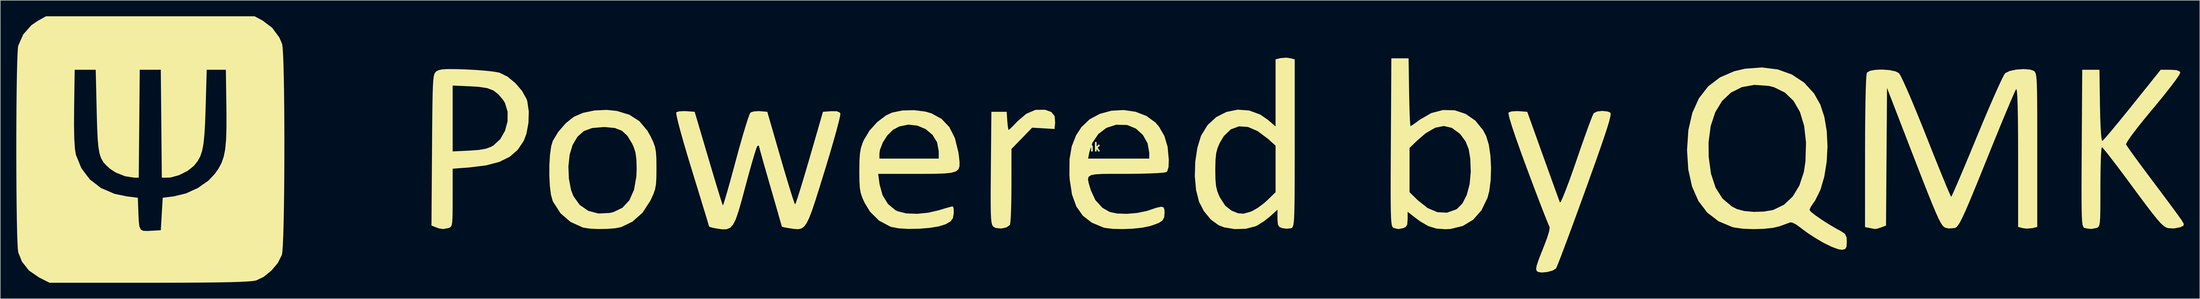
<source format=kicad_pcb>
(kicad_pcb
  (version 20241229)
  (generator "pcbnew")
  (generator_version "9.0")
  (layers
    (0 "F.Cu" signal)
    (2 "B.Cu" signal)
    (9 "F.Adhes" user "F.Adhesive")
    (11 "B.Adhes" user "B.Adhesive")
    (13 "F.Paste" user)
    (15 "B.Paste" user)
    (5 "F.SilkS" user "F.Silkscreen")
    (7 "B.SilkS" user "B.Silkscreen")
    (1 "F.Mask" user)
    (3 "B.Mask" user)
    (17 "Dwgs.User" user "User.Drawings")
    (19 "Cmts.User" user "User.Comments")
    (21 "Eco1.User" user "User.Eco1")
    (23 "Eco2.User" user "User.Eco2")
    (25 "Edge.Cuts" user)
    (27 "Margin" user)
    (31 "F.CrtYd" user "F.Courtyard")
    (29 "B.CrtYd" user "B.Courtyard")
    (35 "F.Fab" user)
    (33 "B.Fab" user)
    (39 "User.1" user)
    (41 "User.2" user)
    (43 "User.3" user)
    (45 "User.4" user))
  (footprint "qmk"
    (layer "F.Cu")
    (at 200.337 24.506)
    (property "Reference" "qmk" (at 0 0 0) (layer "F.SilkS") (effects (font (size 1.524 1.524) (thickness 0.3))))
    (attr board_only exclude_from_pos_files exclude_from_bom)
    (fp_poly (pts (xy -6.854 -6.577) (xy -6.242 -5.81) (xy -6.145 -4.602) (xy -6.147 -4.585) (xy -6.261 -3.399) (xy -8.354 -3.522) (xy -10.447 -3.645) (xy -12.379 -1.651) (xy -14.31 0.343) (xy -14.315 7.237) (xy -14.331 9.406) (xy -14.372 11.342) (xy -14.432 12.925) (xy -14.508 14.038) (xy -14.596 14.562) (xy -14.601 14.573) (xy -15.251 15.036) (xy -16.238 15.244) (xy -17.215 15.153) (xy -17.625 14.958) (xy -17.806 14.778) (xy -17.948 14.484) (xy -18.054 13.999) (xy -18.127 13.244) (xy -18.173 12.138) (xy -18.194 10.604) (xy -18.195 8.563) (xy -18.179 5.935) (xy -18.161 3.935) (xy -18.066 -6.618) (xy -15.204 -6.618) (xy -15.095 -4.919) (xy -15.003 -3.928) (xy -14.891 -3.316) (xy -14.834 -3.22) (xy -14.531 -3.461) (xy -13.898 -4.089) (xy -13.215 -4.811) (xy -11.54 -6.248) (xy -9.816 -6.979) (xy -8.062 -7.002)) (stroke (width 0) (type solid)) (fill yes) (layer "F.SilkS"))
    (fp_poly (pts (xy -118.325 -14.614) (xy -116.29 -14.549) (xy -116.268 -14.548) (xy -114.339 -14.446) (xy -112.541 -14.301) (xy -111.061 -14.132) (xy -110.085 -13.958) (xy -110.007 -13.937) (xy -108.535 -13.212) (xy -107.067 -12.01) (xy -105.807 -10.54) (xy -104.958 -9.011) (xy -104.818 -8.585) (xy -104.54 -6.684) (xy -104.601 -4.562) (xy -104.972 -2.535) (xy -105.477 -1.187) (xy -106.606 0.504) (xy -108.107 1.811) (xy -110.058 2.771) (xy -112.533 3.421) (xy -115.581 3.797) (xy -118.772 4.038) (xy -118.772 9.49) (xy -118.775 11.571) (xy -118.797 13.046) (xy -118.851 14.026) (xy -118.955 14.621) (xy -119.123 14.941) (xy -119.371 15.095) (xy -119.577 15.158) (xy -120.529 15.339) (xy -121.33 15.223) (xy -121.914 15.01) (xy -122.731 14.682) (xy -122.63 0.515) (xy -122.603 -3.043) (xy -122.576 -5.954) (xy -122.546 -8.286) (xy -122.508 -10.106) (xy -122.459 -11.484) (xy -122.455 -11.533) (xy -118.772 -11.533) (xy -118.772 0.803) (xy -115.621 0.652) (xy -113.854 0.523) (xy -112.593 0.305) (xy -111.632 -0.045) (xy -111.175 -0.299) (xy -109.887 -1.471) (xy -108.985 -3.047) (xy -108.508 -4.836) (xy -108.499 -6.645) (xy -108.996 -8.285) (xy -109.353 -8.859) (xy -110.239 -9.907) (xy -111.158 -10.61) (xy -112.289 -11.044) (xy -113.814 -11.284) (xy -115.378 -11.385) (xy -118.772 -11.533) (xy -122.455 -11.533) (xy -122.394 -12.487) (xy -122.311 -13.184) (xy -122.205 -13.642) (xy -122.072 -13.93) (xy -121.91 -14.116) (xy -121.813 -14.194) (xy -121.392 -14.417) (xy -120.753 -14.556) (xy -119.772 -14.619)) (stroke (width 0) (type solid)) (fill yes) (layer "F.SilkS"))
    (fp_poly (pts (xy 97.127 -6.673) (xy 97.617 -6.477) (xy 97.696 -6.275) (xy 97.652 -5.806) (xy 97.468 -5.017) (xy 97.128 -3.856) (xy 96.615 -2.27) (xy 95.912 -0.207) (xy 95.003 2.386) (xy 93.869 5.561) (xy 92.973 8.051) (xy 91.87 11.094) (xy 90.831 13.936) (xy 89.884 16.504) (xy 89.055 18.727) (xy 88.372 20.532) (xy 87.861 21.845) (xy 87.55 22.595) (xy 87.476 22.739) (xy 86.865 23.11) (xy 85.875 23.381) (xy 84.843 23.486) (xy 84.16 23.386) (xy 83.873 23.189) (xy 83.765 22.84) (xy 83.859 22.226) (xy 84.178 21.237) (xy 84.748 19.761) (xy 85.142 18.786) (xy 85.788 17.089) (xy 86.183 15.809) (xy 86.301 15.037) (xy 86.258 14.881) (xy 86.059 14.459) (xy 85.646 13.45) (xy 85.052 11.94) (xy 84.309 10.015) (xy 83.452 7.759) (xy 82.512 5.258) (xy 82.106 4.171) (xy 80.907 0.904) (xy 79.95 -1.793) (xy 79.242 -3.902) (xy 78.788 -5.402) (xy 78.597 -6.274) (xy 78.617 -6.495) (xy 79.163 -6.685) (xy 80.121 -6.748) (xy 80.534 -6.731) (xy 82.103 -6.618) (xy 85.053 1.61) (xy 85.882 3.921) (xy 86.639 6.026) (xy 87.288 7.824) (xy 87.792 9.217) (xy 88.116 10.106) (xy 88.216 10.375) (xy 88.384 10.201) (xy 88.743 9.432) (xy 89.261 8.151) (xy 89.905 6.442) (xy 90.643 4.389) (xy 91.295 2.504) (xy 92.1 0.166) (xy 92.848 -1.958) (xy 93.501 -3.771) (xy 94.026 -5.174) (xy 94.385 -6.07) (xy 94.525 -6.35) (xy 95.156 -6.67) (xy 96.136 -6.782)) (stroke (width 0) (type solid)) (fill yes) (layer "F.SilkS"))
    (fp_poly (pts (xy -88.084 -6.778) (xy -85.738 -6.064) (xy -83.869 -4.861) (xy -82.381 -3.092) (xy -81.745 -1.968) (xy -81.255 -0.93) (xy -80.942 -0.037) (xy -80.766 0.923) (xy -80.689 2.167) (xy -80.672 3.909) (xy -80.672 3.943) (xy -80.687 5.686) (xy -80.762 6.933) (xy -80.937 7.906) (xy -81.254 8.823) (xy -81.755 9.906) (xy -81.823 10.045) (xy -83.28 12.287) (xy -85.156 13.951) (xy -87.254 14.969) (xy -88.35 15.19) (xy -89.882 15.314) (xy -91.574 15.339) (xy -93.152 15.262) (xy -94.342 15.078) (xy -94.447 15.049) (xy -96.746 14.004) (xy -98.591 12.407) (xy -99.984 10.256) (xy -100.074 10.063) (xy -100.391 8.934) (xy -100.599 7.303) (xy -100.699 5.373) (xy -100.692 3.632) (xy -97.133 3.632) (xy -97.044 5.912) (xy -96.644 8.006) (xy -96.199 9.177) (xy -95.017 10.831) (xy -93.429 11.929) (xy -91.52 12.437) (xy -89.374 12.323) (xy -88.701 12.164) (xy -87.017 11.345) (xy -85.736 9.95) (xy -84.87 8) (xy -84.431 5.519) (xy -84.375 4.02) (xy -84.425 2.297) (xy -84.595 1.031) (xy -84.93 -0.031) (xy -85.211 -0.64) (xy -86.109 -2.124) (xy -87.129 -3.069) (xy -88.446 -3.579) (xy -90.238 -3.753) (xy -90.626 -3.756) (xy -92.695 -3.58) (xy -94.258 -3.001) (xy -95.445 -1.942) (xy -96.357 -0.391) (xy -96.905 1.439) (xy -97.133 3.632) (xy -100.692 3.632) (xy -100.691 3.351) (xy -100.576 1.44) (xy -100.354 -0.154) (xy -100.062 -1.149) (xy -99.025 -2.871) (xy -97.617 -4.485) (xy -96.119 -5.681) (xy -94.402 -6.421) (xy -92.273 -6.865) (xy -89.988 -6.976)) (stroke (width 0) (type solid)) (fill yes) (layer "F.SilkS"))
    (fp_poly (pts (xy 8.874 -6.625) (xy 10.902 -5.848) (xy 12.596 -4.616) (xy 13.27 -3.833) (xy 14.282 -2.069) (xy 14.872 -0.074) (xy 15.1 2.344) (xy 15.054 3.729) (xy 14.813 4.505) (xy 14.642 4.674) (xy 14.139 4.774) (xy 13.04 4.862) (xy 11.461 4.933) (xy 9.523 4.981) (xy 7.342 5.003) (xy 7.065 5.003) (xy 4.564 5.001) (xy 2.698 5.018) (xy 1.388 5.089) (xy 0.553 5.254) (xy 0.115 5.549) (xy -0.007 6.012) (xy 0.107 6.682) (xy 0.378 7.595) (xy 0.528 8.088) (xy 1.389 9.939) (xy 2.694 11.368) (xy 4.048 12.141) (xy 5.436 12.434) (xy 7.23 12.494) (xy 9.161 12.332) (xy 10.963 11.96) (xy 11.448 11.806) (xy 12.832 11.342) (xy 13.679 11.16) (xy 14.121 11.282) (xy 14.287 11.73) (xy 14.31 12.298) (xy 14.23 13.158) (xy 13.9 13.759) (xy 13.181 14.223) (xy 11.936 14.67) (xy 11.472 14.81) (xy 10.073 15.094) (xy 8.3 15.276) (xy 6.401 15.349) (xy 4.625 15.305) (xy 3.217 15.137) (xy 2.86 15.049) (xy 0.701 14.142) (xy -0.969 12.851) (xy -2.187 11.118) (xy -2.992 8.884) (xy -3.422 6.088) (xy -3.48 5.187) (xy -3.456 2.281) (xy -3.433 2.146) (xy 0.018 2.146) (xy 11.448 2.146) (xy 11.448 1.038) (xy 11.127 -0.732) (xy 10.249 -2.292) (xy 8.942 -3.48) (xy 7.336 -4.137) (xy 7.298 -4.144) (xy 5.266 -4.198) (xy 3.446 -3.614) (xy 1.93 -2.46) (xy 0.813 -0.805) (xy 0.239 0.984) (xy 0.018 2.146) (xy -3.433 2.146) (xy -3.047 -0.144) (xy -2.216 -2.234) (xy -1.251 -3.726) (xy 0.291 -5.207) (xy 2.218 -6.238) (xy 4.387 -6.819) (xy 6.654 -6.948)) (stroke (width 0) (type solid)) (fill yes) (layer "F.SilkS"))
    (fp_poly (pts (xy 60.02 -10.285) (xy 60.061 -8.243) (xy 60.113 -6.474) (xy 60.172 -5.091) (xy 60.233 -4.208) (xy 60.285 -3.935) (xy 60.639 -4.134) (xy 61.372 -4.648) (xy 62.024 -5.134) (xy 64.161 -6.375) (xy 66.368 -6.954) (xy 68.543 -6.897) (xy 70.585 -6.229) (xy 72.391 -4.975) (xy 73.862 -3.161) (xy 74.438 -2.054) (xy 74.921 -0.45) (xy 75.223 1.616) (xy 75.339 3.912) (xy 75.266 6.208) (xy 74.997 8.271) (xy 74.677 9.492) (xy 73.548 11.824) (xy 72.002 13.587) (xy 70.066 14.76) (xy 67.767 15.325) (xy 66.791 15.375) (xy 65.113 15.25) (xy 63.634 14.796) (xy 62.112 13.92) (xy 61.085 13.158) (xy 59.744 12.103) (xy 59.744 13.523) (xy 59.668 14.489) (xy 59.368 14.975) (xy 58.939 15.158) (xy 58.239 15.313) (xy 57.955 15.337) (xy 57.496 15.225) (xy 57.146 15.136) (xy 56.996 15.061) (xy 56.872 14.881) (xy 56.773 14.533) (xy 56.696 13.956) (xy 56.64 13.085) (xy 56.603 11.86) (xy 56.581 10.218) (xy 56.575 8.437) (xy 60.101 8.437) (xy 61.661 9.967) (xy 63.488 11.413) (xy 65.316 12.186) (xy 67.101 12.277) (xy 68.798 11.678) (xy 68.985 11.564) (xy 69.997 10.54) (xy 70.795 8.962) (xy 71.327 6.971) (xy 71.542 4.711) (xy 71.544 4.472) (xy 71.454 2.147) (xy 71.151 0.356) (xy 70.584 -1.064) (xy 69.704 -2.273) (xy 69.406 -2.586) (xy 68.004 -3.611) (xy 66.509 -3.961) (xy 64.895 -3.631) (xy 63.138 -2.616) (xy 61.622 -1.318) (xy 60.101 0.149) (xy 60.101 8.437) (xy 56.575 8.437) (xy 56.574 8.095) (xy 56.578 5.431) (xy 56.593 2.162) (xy 56.61 -0.832) (xy 56.703 -16.635) (xy 59.923 -16.635)) (stroke (width 0) (type solid)) (fill yes) (layer "F.SilkS"))
    (fp_poly (pts (xy -30.395 -6.654) (xy -29.25 -6.319) (xy -27.37 -5.28) (xy -25.926 -3.752) (xy -24.891 -1.695) (xy -24.241 0.932) (xy -24.12 1.811) (xy -24.016 2.822) (xy -24.026 3.594) (xy -24.232 4.159) (xy -24.714 4.549) (xy -25.555 4.796) (xy -26.835 4.934) (xy -28.637 4.994) (xy -31.04 5.008) (xy -32.163 5.008) (xy -39.232 5.008) (xy -38.963 6.995) (xy -38.41 9.003) (xy -37.395 10.651) (xy -36.009 11.804) (xy -35.56 12.022) (xy -33.985 12.409) (xy -31.999 12.492) (xy -29.838 12.278) (xy -27.847 11.81) (xy -26.648 11.447) (xy -25.724 11.189) (xy -25.289 11.095) (xy -25.129 11.406) (xy -25.095 12.183) (xy -25.11 12.431) (xy -25.272 13.334) (xy -25.702 13.912) (xy -26.603 14.432) (xy -26.652 14.455) (xy -27.887 14.843) (xy -29.603 15.122) (xy -31.575 15.283) (xy -33.574 15.316) (xy -35.374 15.211) (xy -36.747 14.959) (xy -36.938 14.895) (xy -39.076 13.756) (xy -40.754 12.088) (xy -41.739 10.467) (xy -42.193 9.48) (xy -42.487 8.608) (xy -42.655 7.645) (xy -42.732 6.391) (xy -42.751 4.64) (xy -42.751 4.472) (xy -42.729 2.605) (xy -42.7 2.146) (xy -38.994 2.146) (xy -27.904 2.146) (xy -27.904 0.768) (xy -28.223 -0.917) (xy -29.087 -2.322) (xy -30.363 -3.383) (xy -31.915 -4.036) (xy -33.608 -4.218) (xy -35.306 -3.865) (xy -36.453 -3.246) (xy -37.492 -2.225) (xy -38.361 -0.877) (xy -38.898 0.515) (xy -38.994 1.238) (xy -38.994 2.146) (xy -42.7 2.146) (xy -42.643 1.251) (xy -42.465 0.208) (xy -42.164 -0.725) (xy -41.905 -1.333) (xy -40.835 -3.11) (xy -39.387 -4.71) (xy -37.758 -5.938) (xy -36.639 -6.466) (xy -34.722 -6.864) (xy -32.525 -6.924)) (stroke (width 0) (type solid)) (fill yes) (layer "F.SilkS"))
    (fp_poly (pts (xy 37.742 -16.667) (xy 38.637 -16.443) (xy 38.637 -0.733) (xy 38.636 3.03) (xy 38.631 6.14) (xy 38.619 8.661) (xy 38.598 10.656) (xy 38.565 12.188) (xy 38.518 13.32) (xy 38.453 14.115) (xy 38.368 14.637) (xy 38.259 14.948) (xy 38.126 15.111) (xy 37.964 15.191) (xy 37.952 15.195) (xy 37.077 15.277) (xy 36.342 15.18) (xy 35.765 14.952) (xy 35.495 14.504) (xy 35.419 13.615) (xy 35.417 13.335) (xy 35.417 11.722) (xy 33.994 13.008) (xy 32.891 13.879) (xy 31.731 14.612) (xy 31.267 14.838) (xy 29.473 15.292) (xy 27.433 15.353) (xy 25.476 15.032) (xy 24.451 14.647) (xy 22.947 13.559) (xy 21.638 11.962) (xy 20.75 10.212) (xy 20.197 8.026) (xy 19.964 5.454) (xy 19.999 4.293) (xy 23.79 4.293) (xy 23.818 6.021) (xy 23.928 7.264) (xy 24.158 8.249) (xy 24.55 9.205) (xy 24.685 9.48) (xy 25.67 10.992) (xy 26.831 11.895) (xy 28.032 12.386) (xy 29.061 12.466) (xy 30.251 12.142) (xy 30.688 11.968) (xy 31.706 11.393) (xy 32.874 10.522) (xy 33.539 9.925) (xy 35.059 8.437) (xy 35.059 -0.274) (xy 33.65 -1.548) (xy 31.708 -3.004) (xy 29.881 -3.784) (xy 28.199 -3.891) (xy 26.695 -3.326) (xy 25.402 -2.092) (xy 24.644 -0.84) (xy 24.22 0.141) (xy 23.961 1.124) (xy 23.831 2.335) (xy 23.791 4) (xy 23.79 4.293) (xy 19.999 4.293) (xy 20.045 2.745) (xy 20.432 0.148) (xy 21.116 -2.087) (xy 21.142 -2.149) (xy 22.344 -4.127) (xy 23.962 -5.617) (xy 25.877 -6.59) (xy 27.964 -7.015) (xy 30.102 -6.865) (xy 32.169 -6.11) (xy 33.597 -5.131) (xy 35.059 -3.879) (xy 35.059 -16.443) (xy 35.954 -16.667) (xy 37.033 -16.756)) (stroke (width 0) (type solid)) (fill yes) (layer "F.SilkS"))
    (fp_poly (pts (xy 189.166 -7.754) (xy 189.215 -5.54) (xy 189.289 -3.68) (xy 189.381 -2.265) (xy 189.487 -1.388) (xy 189.591 -1.136) (xy 189.898 -1.437) (xy 190.583 -2.22) (xy 191.581 -3.405) (xy 192.825 -4.914) (xy 194.25 -6.667) (xy 195.217 -7.87) (xy 200.517 -14.489) (xy 202.301 -14.489) (xy 203.469 -14.419) (xy 204.057 -14.187) (xy 204.182 -13.952) (xy 203.989 -13.534) (xy 203.393 -12.658) (xy 202.461 -11.41) (xy 201.255 -9.874) (xy 199.84 -8.134) (xy 199.066 -7.205) (xy 197.473 -5.278) (xy 196.122 -3.581) (xy 195.064 -2.187) (xy 194.354 -1.166) (xy 194.044 -0.588) (xy 194.039 -0.507) (xy 194.301 -0.089) (xy 194.931 0.809) (xy 195.863 2.1) (xy 197.033 3.693) (xy 198.376 5.499) (xy 199.007 6.34) (xy 200.439 8.25) (xy 201.759 10.022) (xy 202.894 11.556) (xy 203.771 12.755) (xy 204.318 13.519) (xy 204.426 13.678) (xy 204.83 14.361) (xy 204.774 14.709) (xy 204.193 14.988) (xy 204.088 15.028) (xy 203.018 15.228) (xy 201.947 15.18) (xy 201.545 15.055) (xy 201.108 14.785) (xy 200.576 14.305) (xy 199.894 13.547) (xy 199.004 12.446) (xy 197.849 10.936) (xy 196.37 8.949) (xy 195.289 7.481) (xy 193.801 5.468) (xy 192.445 3.66) (xy 191.28 2.134) (xy 190.364 0.964) (xy 189.757 0.228) (xy 189.522 0) (xy 189.44 0.34) (xy 189.368 1.291) (xy 189.31 2.748) (xy 189.269 4.606) (xy 189.249 6.76) (xy 189.248 7.471) (xy 189.246 9.96) (xy 189.234 11.828) (xy 189.203 13.165) (xy 189.142 14.066) (xy 189.042 14.624) (xy 188.892 14.931) (xy 188.685 15.081) (xy 188.443 15.158) (xy 187.564 15.325) (xy 186.744 15.245) (xy 186.293 15.136) (xy 186.137 15.059) (xy 186.01 14.874) (xy 185.91 14.517) (xy 185.833 13.922) (xy 185.778 13.025) (xy 185.743 11.762) (xy 185.724 10.067) (xy 185.72 7.876) (xy 185.728 5.124) (xy 185.747 1.747) (xy 185.756 0.241) (xy 185.849 -14.489) (xy 189.069 -14.489)) (stroke (width 0) (type solid)) (fill yes) (layer "F.SilkS"))
    (fp_poly (pts (xy 128.931 -14.551) (xy 131.574 -13.598) (xy 133.851 -12.095) (xy 135.702 -10.071) (xy 136.877 -7.996) (xy 137.644 -5.663) (xy 138.092 -2.984) (xy 138.232 -0.118) (xy 138.075 2.772) (xy 137.632 5.525) (xy 136.916 7.981) (xy 135.936 9.978) (xy 135.571 10.491) (xy 135.077 11.235) (xy 134.87 11.778) (xy 134.87 11.78) (xy 135.158 12.133) (xy 135.925 12.743) (xy 137.029 13.515) (xy 138.327 14.352) (xy 139.678 15.158) (xy 140.773 15.755) (xy 141.491 16.236) (xy 141.793 16.875) (xy 141.846 17.722) (xy 141.79 18.65) (xy 141.534 19.082) (xy 140.953 19.232) (xy 140.952 19.232) (xy 140.188 19.103) (xy 139.008 18.661) (xy 137.602 17.977) (xy 137.414 17.876) (xy 135.946 17.014) (xy 134.517 16.08) (xy 133.409 15.259) (xy 133.302 15.17) (xy 132.387 14.497) (xy 131.616 14.118) (xy 131.296 14.088) (xy 130.632 14.322) (xy 129.639 14.688) (xy 129.325 14.807) (xy 128.039 15.118) (xy 126.297 15.303) (xy 124.353 15.359) (xy 122.455 15.282) (xy 120.856 15.066) (xy 120.423 14.961) (xy 117.863 13.883) (xy 115.755 12.258) (xy 114.105 10.095) (xy 112.92 7.406) (xy 112.208 4.205) (xy 111.975 0.573) (xy 112.073 -0.905) (xy 115.996 -0.905) (xy 116.019 1.789) (xy 116.45 4.97) (xy 117.307 7.578) (xy 118.593 9.618) (xy 120.309 11.091) (xy 121.276 11.594) (xy 122.668 11.966) (xy 124.447 12.127) (xy 126.315 12.071) (xy 127.973 11.791) (xy 128.124 11.748) (xy 130.09 10.798) (xy 131.721 9.26) (xy 132.974 7.201) (xy 133.803 4.689) (xy 134.109 2.695) (xy 134.217 -0.863) (xy 133.872 -3.961) (xy 133.089 -6.573) (xy 131.879 -8.671) (xy 130.256 -10.23) (xy 128.233 -11.221) (xy 127.241 -11.467) (xy 124.573 -11.662) (xy 122.209 -11.232) (xy 120.181 -10.211) (xy 118.516 -8.633) (xy 117.244 -6.533) (xy 116.394 -3.946) (xy 115.996 -0.905) (xy 112.073 -0.905) (xy 112.223 -3.176) (xy 112.966 -6.418) (xy 114.198 -9.149) (xy 115.917 -11.362) (xy 118.117 -13.052) (xy 120.796 -14.214) (xy 122.802 -14.684) (xy 125.986 -14.922)) (stroke (width 0) (type solid)) (fill yes) (layer "F.SilkS"))
    (fp_poly (pts (xy 176.081 -14.527) (xy 176.675 -14.337) (xy 176.866 -14.223) (xy 177.022 -14.061) (xy 177.147 -13.782) (xy 177.245 -13.321) (xy 177.318 -12.611) (xy 177.37 -11.585) (xy 177.405 -10.175) (xy 177.427 -8.315) (xy 177.438 -5.939) (xy 177.442 -2.978) (xy 177.442 0.51) (xy 177.442 14.948) (xy 176.548 15.172) (xy 175.469 15.261) (xy 174.759 15.172) (xy 173.865 14.948) (xy 173.865 1.857) (xy 173.856 -2.024) (xy 173.828 -5.196) (xy 173.782 -7.662) (xy 173.717 -9.429) (xy 173.633 -10.5) (xy 173.53 -10.882) (xy 173.504 -10.873) (xy 173.294 -10.47) (xy 172.85 -9.476) (xy 172.204 -7.968) (xy 171.388 -6.02) (xy 170.432 -3.706) (xy 169.368 -1.101) (xy 168.227 1.719) (xy 168.049 2.163) (xy 166.725 5.447) (xy 165.633 8.125) (xy 164.745 10.261) (xy 164.033 11.916) (xy 163.467 13.15) (xy 163.02 14.027) (xy 162.664 14.607) (xy 162.368 14.952) (xy 162.107 15.124) (xy 162.059 15.142) (xy 160.903 15.244) (xy 160.246 15.09) (xy 159.986 14.936) (xy 159.704 14.632) (xy 159.375 14.116) (xy 158.969 13.326) (xy 158.46 12.199) (xy 157.819 10.674) (xy 157.018 8.689) (xy 156.031 6.18) (xy 154.83 3.087) (xy 154.343 1.828) (xy 149.359 -11.08) (xy 149.265 1.804) (xy 149.171 14.689) (xy 148.258 15.036) (xy 147.499 15.277) (xy 147.1 15.334) (xy 146.586 15.234) (xy 146.05 15.131) (xy 145.245 14.976) (xy 145.251 0.78) (xy 145.26 -2.669) (xy 145.286 -5.774) (xy 145.326 -8.473) (xy 145.379 -10.703) (xy 145.443 -12.402) (xy 145.517 -13.508) (xy 145.596 -13.952) (xy 146.172 -14.293) (xy 147.222 -14.482) (xy 148.519 -14.524) (xy 149.839 -14.422) (xy 150.957 -14.181) (xy 151.597 -13.853) (xy 151.891 -13.377) (xy 152.407 -12.316) (xy 153.109 -10.753) (xy 153.96 -8.771) (xy 154.925 -6.452) (xy 155.968 -3.881) (xy 156.731 -1.961) (xy 157.785 0.704) (xy 158.761 3.143) (xy 159.627 5.28) (xy 160.35 7.04) (xy 160.901 8.344) (xy 161.246 9.116) (xy 161.352 9.3) (xy 161.527 8.981) (xy 161.939 8.076) (xy 162.556 6.661) (xy 163.345 4.81) (xy 164.274 2.601) (xy 165.309 0.109) (xy 166.171 -1.984) (xy 167.288 -4.677) (xy 168.346 -7.174) (xy 169.308 -9.393) (xy 170.138 -11.254) (xy 170.801 -12.673) (xy 171.259 -13.57) (xy 171.445 -13.85) (xy 172.263 -14.254) (xy 173.501 -14.519) (xy 174.869 -14.619)) (stroke (width 0) (type solid)) (fill yes) (layer "F.SilkS"))
    (fp_poly (pts (xy -75.092 -6.731) (xy -73.529 -6.618) (xy -70.965 2.081) (xy -70.262 4.453) (xy -69.621 6.59) (xy -69.072 8.399) (xy -68.643 9.785) (xy -68.361 10.656) (xy -68.26 10.921) (xy -68.134 10.63) (xy -67.853 9.738) (xy -67.443 8.335) (xy -66.93 6.514) (xy -66.34 4.365) (xy -65.833 2.478) (xy -65.185 0.097) (xy -64.572 -2.06) (xy -64.025 -3.895) (xy -63.573 -5.309) (xy -63.246 -6.203) (xy -63.101 -6.474) (xy -62.471 -6.689) (xy -61.496 -6.743) (xy -61.305 -6.731) (xy -59.955 -6.618) (xy -57.453 2.057) (xy -56.764 4.419) (xy -56.132 6.536) (xy -55.586 8.316) (xy -55.154 9.668) (xy -54.865 10.499) (xy -54.753 10.729) (xy -54.605 10.399) (xy -54.289 9.473) (xy -53.836 8.042) (xy -53.273 6.198) (xy -52.629 4.033) (xy -52.052 2.053) (xy -49.548 -6.618) (xy -48.024 -6.728) (xy -46.929 -6.716) (xy -46.379 -6.451) (xy -46.294 -6.302) (xy -46.345 -5.836) (xy -46.586 -4.777) (xy -46.995 -3.214) (xy -47.546 -1.236) (xy -48.215 1.067) (xy -48.978 3.606) (xy -49.249 4.49) (xy -50.192 7.544) (xy -50.959 9.982) (xy -51.593 11.869) (xy -52.131 13.272) (xy -52.615 14.256) (xy -53.083 14.889) (xy -53.577 15.237) (xy -54.136 15.364) (xy -54.799 15.339) (xy -55.607 15.225) (xy -55.719 15.209) (xy -56.645 15.051) (xy -57.183 14.922) (xy -57.239 14.888) (xy -57.334 14.533) (xy -57.599 13.591) (xy -58.006 12.163) (xy -58.526 10.349) (xy -59.13 8.25) (xy -59.386 7.363) (xy -60.016 5.171) (xy -60.574 3.215) (xy -61.029 1.598) (xy -61.353 0.422) (xy -61.518 -0.208) (xy -61.532 -0.284) (xy -61.712 -0.282) (xy -61.838 -0.161) (xy -62.017 0.273) (xy -62.344 1.293) (xy -62.786 2.79) (xy -63.313 4.658) (xy -63.893 6.788) (xy -64.074 7.465) (xy -64.774 10.081) (xy -65.349 12.079) (xy -65.857 13.534) (xy -66.356 14.519) (xy -66.903 15.109) (xy -67.556 15.377) (xy -68.372 15.399) (xy -69.41 15.248) (xy -70.029 15.131) (xy -70.655 14.968) (xy -70.834 14.864) (xy -70.935 14.508) (xy -71.222 13.552) (xy -71.668 12.079) (xy -72.249 10.175) (xy -72.939 7.922) (xy -73.712 5.404) (xy -74.06 4.271) (xy -74.91 1.469) (xy -75.64 -1.025) (xy -76.232 -3.141) (xy -76.666 -4.805) (xy -76.923 -5.947) (xy -76.984 -6.495) (xy -76.971 -6.527) (xy -76.446 -6.697) (xy -75.502 -6.749)) (stroke (width 0) (type solid)) (fill yes) (layer "F.SilkS"))
    (fp_poly (pts (xy -154.299 -23.704) (xy -152.523 -22.367) (xy -151.181 -20.551) (xy -150.661 -19.354) (xy -150.561 -18.693) (xy -150.474 -17.401) (xy -150.401 -15.563) (xy -150.341 -13.263) (xy -150.293 -10.585) (xy -150.258 -7.615) (xy -150.237 -4.437) (xy -150.228 -1.134) (xy -150.231 2.207) (xy -150.247 5.503) (xy -150.276 8.67) (xy -150.317 11.622) (xy -150.371 14.276) (xy -150.436 16.546) (xy -150.515 18.348) (xy -150.605 19.598) (xy -150.693 20.171) (xy -151.443 21.684) (xy -152.666 23.142) (xy -154.141 24.323) (xy -155.482 24.96) (xy -156.058 25.067) (xy -157.037 25.158) (xy -158.462 25.232) (xy -160.375 25.292) (xy -162.818 25.337) (xy -165.834 25.37) (xy -169.465 25.39) (xy -173.754 25.399) (xy -175.541 25.4) (xy -194.128 25.4) (xy -196.07 24.416) (xy -197.971 23.119) (xy -199.294 21.422) (xy -199.975 19.718) (xy -200.056 19.063) (xy -200.127 17.778) (xy -200.188 15.948) (xy -200.238 13.659) (xy -200.278 10.996) (xy -200.308 8.044) (xy -200.327 4.889) (xy -200.337 1.616) (xy -200.335 -1.689) (xy -200.327 -4.114) (xy -189.55 -4.114) (xy -189.502 -1.593) (xy -189.388 0.241) (xy -189.207 1.401) (xy -189.199 1.431) (xy -188.173 3.957) (xy -186.6 6.042) (xy -184.525 7.65) (xy -181.992 8.744) (xy -179.69 9.224) (xy -177.621 9.481) (xy -177.524 12.164) (xy -177.454 13.801) (xy -177.333 14.849) (xy -177.077 15.432) (xy -176.604 15.675) (xy -175.832 15.703) (xy -175.21 15.67) (xy -173.328 15.562) (xy -173.149 12.521) (xy -172.97 9.481) (xy -170.893 9.223) (xy -168.613 8.669) (xy -166.386 7.649) (xy -164.445 6.29) (xy -163.267 5.056) (xy -162.537 4.015) (xy -161.979 2.97) (xy -161.571 1.809) (xy -161.295 0.42) (xy -161.129 -1.309) (xy -161.056 -3.488) (xy -161.055 -6.231) (xy -161.068 -7.363) (xy -161.165 -14.489) (xy -164.742 -14.489) (xy -164.95 -7.334) (xy -165.049 -4.511) (xy -165.178 -2.298) (xy -165.359 -0.586) (xy -165.613 0.73) (xy -165.962 1.758) (xy -166.429 2.604) (xy -167.034 3.375) (xy -167.174 3.53) (xy -168.374 4.484) (xy -169.918 5.25) (xy -171.468 5.676) (xy -171.981 5.716) (xy -173.138 5.724) (xy -173.328 -14.489) (xy -177.263 -14.489) (xy -177.453 5.724) (xy -178.253 5.722) (xy -179.988 5.456) (xy -181.737 4.764) (xy -182.81 4.058) (xy -183.524 3.421) (xy -184.076 2.794) (xy -184.49 2.074) (xy -184.788 1.16) (xy -184.996 -0.052) (xy -185.135 -1.662) (xy -185.231 -3.773) (xy -185.305 -6.488) (xy -185.313 -6.797) (xy -185.492 -14.489) (xy -189.427 -14.489) (xy -189.531 -7.334) (xy -189.55 -4.114) (xy -200.327 -4.114) (xy -200.324 -4.942) (xy -200.302 -8.056) (xy -200.27 -10.946) (xy -200.227 -13.528) (xy -200.174 -15.715) (xy -200.111 -17.422) (xy -200.037 -18.565) (xy -199.975 -19.003) (xy -199.036 -21.113) (xy -197.542 -22.816) (xy -196.389 -23.611) (xy -194.793 -24.506) (xy -155.799 -24.506)) (stroke (width 0) (type solid)) (fill yes) (layer "F.SilkS")))
  (gr_rect
    (start -3 -3)
    (end 408.166 52.906)
    (stroke (width 0.1) (type default))
    (fill no)
    (layer "Edge.Cuts")))
</source>
